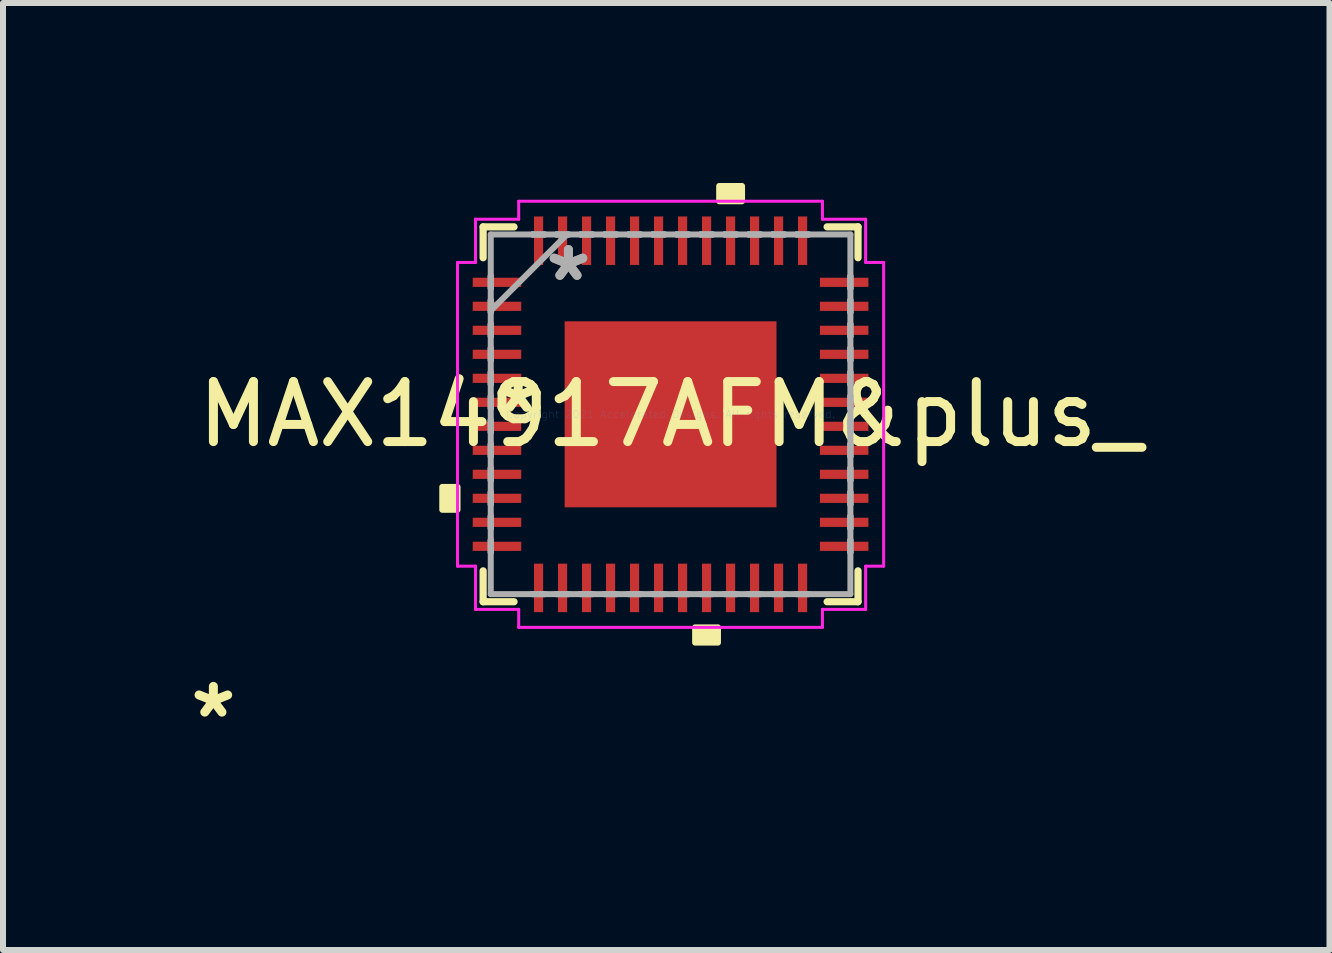
<source format=kicad_pcb>
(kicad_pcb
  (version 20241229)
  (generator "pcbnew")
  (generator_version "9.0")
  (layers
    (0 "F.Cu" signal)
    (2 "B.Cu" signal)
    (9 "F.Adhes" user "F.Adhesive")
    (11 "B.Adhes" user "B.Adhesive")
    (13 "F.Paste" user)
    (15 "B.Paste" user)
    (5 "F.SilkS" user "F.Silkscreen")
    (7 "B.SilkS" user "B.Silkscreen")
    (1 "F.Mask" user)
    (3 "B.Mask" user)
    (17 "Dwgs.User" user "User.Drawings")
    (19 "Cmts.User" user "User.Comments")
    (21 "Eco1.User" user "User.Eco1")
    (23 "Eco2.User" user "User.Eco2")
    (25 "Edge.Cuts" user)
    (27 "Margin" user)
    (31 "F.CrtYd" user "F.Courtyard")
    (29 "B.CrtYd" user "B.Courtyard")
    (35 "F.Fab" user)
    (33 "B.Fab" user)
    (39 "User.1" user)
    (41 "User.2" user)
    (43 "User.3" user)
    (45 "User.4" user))
  (footprint "MAX14917AFM&plus_"
    (layer "F.Cu")
    (at 8.126 3.855)
    (property "Reference" "MAX14917AFM&plus_" (at 0 0 0) (layer "F.SilkS") (effects (font (size 1 1) (thickness 0.15))))
    (attr through_hole)
    (fp_line (start -3.124 -3.124) (end -3.124 -2.609) (stroke (width 0.12) (type solid)) (layer "F.SilkS"))
    (fp_line (start -3.124 2.609) (end -3.124 3.124) (stroke (width 0.12) (type solid)) (layer "F.SilkS"))
    (fp_line (start -3.124 3.124) (end -2.609 3.124) (stroke (width 0.12) (type solid)) (layer "F.SilkS"))
    (fp_line (start -2.609 -3.124) (end -3.124 -3.124) (stroke (width 0.12) (type solid)) (layer "F.SilkS"))
    (fp_line (start 2.609 3.124) (end 3.124 3.124) (stroke (width 0.12) (type solid)) (layer "F.SilkS"))
    (fp_line (start 3.124 -3.124) (end 2.609 -3.124) (stroke (width 0.12) (type solid)) (layer "F.SilkS"))
    (fp_line (start 3.124 -2.609) (end 3.124 -3.124) (stroke (width 0.12) (type solid)) (layer "F.SilkS"))
    (fp_line (start 3.124 3.124) (end 3.124 2.609) (stroke (width 0.12) (type solid)) (layer "F.SilkS"))
    (fp_poly (pts (xy -3.805 1.21) (xy -3.805 1.591) (xy -3.551 1.591) (xy -3.551 1.21)) (stroke (width 0.1) (type solid)) (fill yes) (layer "F.SilkS"))
    (fp_poly (pts (xy 0.409 3.551) (xy 0.409 3.805) (xy 0.79 3.805) (xy 0.79 3.551)) (stroke (width 0.1) (type solid)) (fill yes) (layer "F.SilkS"))
    (fp_poly (pts (xy 0.81 -3.551) (xy 0.81 -3.805) (xy 1.191 -3.805) (xy 1.191 -3.551)) (stroke (width 0.1) (type solid)) (fill yes) (layer "F.SilkS"))
    (fp_line (start -3.551 -2.531) (end -3.251 -2.531) (stroke (width 0.05) (type solid)) (layer "F.CrtYd"))
    (fp_line (start -3.551 2.531) (end -3.551 -2.531) (stroke (width 0.05) (type solid)) (layer "F.CrtYd"))
    (fp_line (start -3.251 -3.251) (end -2.531 -3.251) (stroke (width 0.05) (type solid)) (layer "F.CrtYd"))
    (fp_line (start -3.251 -2.531) (end -3.251 -3.251) (stroke (width 0.05) (type solid)) (layer "F.CrtYd"))
    (fp_line (start -3.251 2.531) (end -3.551 2.531) (stroke (width 0.05) (type solid)) (layer "F.CrtYd"))
    (fp_line (start -3.251 3.251) (end -3.251 2.531) (stroke (width 0.05) (type solid)) (layer "F.CrtYd"))
    (fp_line (start -2.531 -3.551) (end 2.531 -3.551) (stroke (width 0.05) (type solid)) (layer "F.CrtYd"))
    (fp_line (start -2.531 -3.251) (end -2.531 -3.551) (stroke (width 0.05) (type solid)) (layer "F.CrtYd"))
    (fp_line (start -2.531 3.251) (end -3.251 3.251) (stroke (width 0.05) (type solid)) (layer "F.CrtYd"))
    (fp_line (start -2.531 3.551) (end -2.531 3.251) (stroke (width 0.05) (type solid)) (layer "F.CrtYd"))
    (fp_line (start 2.531 -3.551) (end 2.531 -3.251) (stroke (width 0.05) (type solid)) (layer "F.CrtYd"))
    (fp_line (start 2.531 -3.251) (end 3.251 -3.251) (stroke (width 0.05) (type solid)) (layer "F.CrtYd"))
    (fp_line (start 2.531 3.251) (end 2.531 3.551) (stroke (width 0.05) (type solid)) (layer "F.CrtYd"))
    (fp_line (start 2.531 3.551) (end -2.531 3.551) (stroke (width 0.05) (type solid)) (layer "F.CrtYd"))
    (fp_line (start 3.251 -3.251) (end 3.251 -2.531) (stroke (width 0.05) (type solid)) (layer "F.CrtYd"))
    (fp_line (start 3.251 -2.531) (end 3.551 -2.531) (stroke (width 0.05) (type solid)) (layer "F.CrtYd"))
    (fp_line (start 3.251 2.531) (end 3.251 3.251) (stroke (width 0.05) (type solid)) (layer "F.CrtYd"))
    (fp_line (start 3.251 3.251) (end 2.531 3.251) (stroke (width 0.05) (type solid)) (layer "F.CrtYd"))
    (fp_line (start 3.551 -2.531) (end 3.551 2.531) (stroke (width 0.05) (type solid)) (layer "F.CrtYd"))
    (fp_line (start 3.551 2.531) (end 3.251 2.531) (stroke (width 0.05) (type solid)) (layer "F.CrtYd"))
    (fp_line (start -2.997 -2.997) (end -2.997 2.997) (stroke (width 0.1) (type solid)) (layer "F.Fab"))
    (fp_line (start -2.997 -2.302) (end -2.997 -2.302) (stroke (width 0.1) (type solid)) (layer "F.Fab"))
    (fp_line (start -2.997 -2.302) (end -2.997 -2.098) (stroke (width 0.1) (type solid)) (layer "F.Fab"))
    (fp_line (start -2.997 -2.098) (end -2.997 -2.302) (stroke (width 0.1) (type solid)) (layer "F.Fab"))
    (fp_line (start -2.997 -2.098) (end -2.997 -2.098) (stroke (width 0.1) (type solid)) (layer "F.Fab"))
    (fp_line (start -2.997 -1.902) (end -2.997 -1.902) (stroke (width 0.1) (type solid)) (layer "F.Fab"))
    (fp_line (start -2.997 -1.902) (end -2.997 -1.698) (stroke (width 0.1) (type solid)) (layer "F.Fab"))
    (fp_line (start -2.997 -1.727) (end -1.727 -2.997) (stroke (width 0.1) (type solid)) (layer "F.Fab"))
    (fp_line (start -2.997 -1.698) (end -2.997 -1.902) (stroke (width 0.1) (type solid)) (layer "F.Fab"))
    (fp_line (start -2.997 -1.698) (end -2.997 -1.698) (stroke (width 0.1) (type solid)) (layer "F.Fab"))
    (fp_line (start -2.997 -1.502) (end -2.997 -1.502) (stroke (width 0.1) (type solid)) (layer "F.Fab"))
    (fp_line (start -2.997 -1.502) (end -2.997 -1.298) (stroke (width 0.1) (type solid)) (layer "F.Fab"))
    (fp_line (start -2.997 -1.298) (end -2.997 -1.502) (stroke (width 0.1) (type solid)) (layer "F.Fab"))
    (fp_line (start -2.997 -1.298) (end -2.997 -1.298) (stroke (width 0.1) (type solid)) (layer "F.Fab"))
    (fp_line (start -2.997 -1.102) (end -2.997 -1.102) (stroke (width 0.1) (type solid)) (layer "F.Fab"))
    (fp_line (start -2.997 -1.102) (end -2.997 -0.898) (stroke (width 0.1) (type solid)) (layer "F.Fab"))
    (fp_line (start -2.997 -0.898) (end -2.997 -1.102) (stroke (width 0.1) (type solid)) (layer "F.Fab"))
    (fp_line (start -2.997 -0.898) (end -2.997 -0.898) (stroke (width 0.1) (type solid)) (layer "F.Fab"))
    (fp_line (start -2.997 -0.702) (end -2.997 -0.702) (stroke (width 0.1) (type solid)) (layer "F.Fab"))
    (fp_line (start -2.997 -0.702) (end -2.997 -0.498) (stroke (width 0.1) (type solid)) (layer "F.Fab"))
    (fp_line (start -2.997 -0.498) (end -2.997 -0.702) (stroke (width 0.1) (type solid)) (layer "F.Fab"))
    (fp_line (start -2.997 -0.498) (end -2.997 -0.498) (stroke (width 0.1) (type solid)) (layer "F.Fab"))
    (fp_line (start -2.997 -0.302) (end -2.997 -0.302) (stroke (width 0.1) (type solid)) (layer "F.Fab"))
    (fp_line (start -2.997 -0.302) (end -2.997 -0.098) (stroke (width 0.1) (type solid)) (layer "F.Fab"))
    (fp_line (start -2.997 -0.098) (end -2.997 -0.302) (stroke (width 0.1) (type solid)) (layer "F.Fab"))
    (fp_line (start -2.997 -0.098) (end -2.997 -0.098) (stroke (width 0.1) (type solid)) (layer "F.Fab"))
    (fp_line (start -2.997 0.098) (end -2.997 0.098) (stroke (width 0.1) (type solid)) (layer "F.Fab"))
    (fp_line (start -2.997 0.098) (end -2.997 0.302) (stroke (width 0.1) (type solid)) (layer "F.Fab"))
    (fp_line (start -2.997 0.302) (end -2.997 0.098) (stroke (width 0.1) (type solid)) (layer "F.Fab"))
    (fp_line (start -2.997 0.302) (end -2.997 0.302) (stroke (width 0.1) (type solid)) (layer "F.Fab"))
    (fp_line (start -2.997 0.498) (end -2.997 0.498) (stroke (width 0.1) (type solid)) (layer "F.Fab"))
    (fp_line (start -2.997 0.498) (end -2.997 0.702) (stroke (width 0.1) (type solid)) (layer "F.Fab"))
    (fp_line (start -2.997 0.702) (end -2.997 0.498) (stroke (width 0.1) (type solid)) (layer "F.Fab"))
    (fp_line (start -2.997 0.702) (end -2.997 0.702) (stroke (width 0.1) (type solid)) (layer "F.Fab"))
    (fp_line (start -2.997 0.898) (end -2.997 0.898) (stroke (width 0.1) (type solid)) (layer "F.Fab"))
    (fp_line (start -2.997 0.898) (end -2.997 1.102) (stroke (width 0.1) (type solid)) (layer "F.Fab"))
    (fp_line (start -2.997 1.102) (end -2.997 0.898) (stroke (width 0.1) (type solid)) (layer "F.Fab"))
    (fp_line (start -2.997 1.102) (end -2.997 1.102) (stroke (width 0.1) (type solid)) (layer "F.Fab"))
    (fp_line (start -2.997 1.298) (end -2.997 1.298) (stroke (width 0.1) (type solid)) (layer "F.Fab"))
    (fp_line (start -2.997 1.298) (end -2.997 1.502) (stroke (width 0.1) (type solid)) (layer "F.Fab"))
    (fp_line (start -2.997 1.502) (end -2.997 1.298) (stroke (width 0.1) (type solid)) (layer "F.Fab"))
    (fp_line (start -2.997 1.502) (end -2.997 1.502) (stroke (width 0.1) (type solid)) (layer "F.Fab"))
    (fp_line (start -2.997 1.698) (end -2.997 1.698) (stroke (width 0.1) (type solid)) (layer "F.Fab"))
    (fp_line (start -2.997 1.698) (end -2.997 1.902) (stroke (width 0.1) (type solid)) (layer "F.Fab"))
    (fp_line (start -2.997 1.902) (end -2.997 1.698) (stroke (width 0.1) (type solid)) (layer "F.Fab"))
    (fp_line (start -2.997 1.902) (end -2.997 1.902) (stroke (width 0.1) (type solid)) (layer "F.Fab"))
    (fp_line (start -2.997 2.098) (end -2.997 2.098) (stroke (width 0.1) (type solid)) (layer "F.Fab"))
    (fp_line (start -2.997 2.098) (end -2.997 2.302) (stroke (width 0.1) (type solid)) (layer "F.Fab"))
    (fp_line (start -2.997 2.302) (end -2.997 2.098) (stroke (width 0.1) (type solid)) (layer "F.Fab"))
    (fp_line (start -2.997 2.302) (end -2.997 2.302) (stroke (width 0.1) (type solid)) (layer "F.Fab"))
    (fp_line (start -2.997 2.997) (end 2.997 2.997) (stroke (width 0.1) (type solid)) (layer "F.Fab"))
    (fp_line (start -2.302 -2.997) (end -2.302 -2.997) (stroke (width 0.1) (type solid)) (layer "F.Fab"))
    (fp_line (start -2.302 -2.997) (end -2.098 -2.997) (stroke (width 0.1) (type solid)) (layer "F.Fab"))
    (fp_line (start -2.302 2.997) (end -2.302 2.997) (stroke (width 0.1) (type solid)) (layer "F.Fab"))
    (fp_line (start -2.302 2.997) (end -2.098 2.997) (stroke (width 0.1) (type solid)) (layer "F.Fab"))
    (fp_line (start -2.098 -2.997) (end -2.302 -2.997) (stroke (width 0.1) (type solid)) (layer "F.Fab"))
    (fp_line (start -2.098 -2.997) (end -2.098 -2.997) (stroke (width 0.1) (type solid)) (layer "F.Fab"))
    (fp_line (start -2.098 2.997) (end -2.302 2.997) (stroke (width 0.1) (type solid)) (layer "F.Fab"))
    (fp_line (start -2.098 2.997) (end -2.098 2.997) (stroke (width 0.1) (type solid)) (layer "F.Fab"))
    (fp_line (start -1.902 -2.997) (end -1.902 -2.997) (stroke (width 0.1) (type solid)) (layer "F.Fab"))
    (fp_line (start -1.902 -2.997) (end -1.698 -2.997) (stroke (width 0.1) (type solid)) (layer "F.Fab"))
    (fp_line (start -1.902 2.997) (end -1.902 2.997) (stroke (width 0.1) (type solid)) (layer "F.Fab"))
    (fp_line (start -1.902 2.997) (end -1.698 2.997) (stroke (width 0.1) (type solid)) (layer "F.Fab"))
    (fp_line (start -1.698 -2.997) (end -1.902 -2.997) (stroke (width 0.1) (type solid)) (layer "F.Fab"))
    (fp_line (start -1.698 -2.997) (end -1.698 -2.997) (stroke (width 0.1) (type solid)) (layer "F.Fab"))
    (fp_line (start -1.698 2.997) (end -1.902 2.997) (stroke (width 0.1) (type solid)) (layer "F.Fab"))
    (fp_line (start -1.698 2.997) (end -1.698 2.997) (stroke (width 0.1) (type solid)) (layer "F.Fab"))
    (fp_line (start -1.502 -2.997) (end -1.502 -2.997) (stroke (width 0.1) (type solid)) (layer "F.Fab"))
    (fp_line (start -1.502 -2.997) (end -1.298 -2.997) (stroke (width 0.1) (type solid)) (layer "F.Fab"))
    (fp_line (start -1.502 2.997) (end -1.502 2.997) (stroke (width 0.1) (type solid)) (layer "F.Fab"))
    (fp_line (start -1.502 2.997) (end -1.298 2.997) (stroke (width 0.1) (type solid)) (layer "F.Fab"))
    (fp_line (start -1.298 -2.997) (end -1.502 -2.997) (stroke (width 0.1) (type solid)) (layer "F.Fab"))
    (fp_line (start -1.298 -2.997) (end -1.298 -2.997) (stroke (width 0.1) (type solid)) (layer "F.Fab"))
    (fp_line (start -1.298 2.997) (end -1.502 2.997) (stroke (width 0.1) (type solid)) (layer "F.Fab"))
    (fp_line (start -1.298 2.997) (end -1.298 2.997) (stroke (width 0.1) (type solid)) (layer "F.Fab"))
    (fp_line (start -1.102 -2.997) (end -1.102 -2.997) (stroke (width 0.1) (type solid)) (layer "F.Fab"))
    (fp_line (start -1.102 -2.997) (end -0.898 -2.997) (stroke (width 0.1) (type solid)) (layer "F.Fab"))
    (fp_line (start -1.102 2.997) (end -1.102 2.997) (stroke (width 0.1) (type solid)) (layer "F.Fab"))
    (fp_line (start -1.102 2.997) (end -0.898 2.997) (stroke (width 0.1) (type solid)) (layer "F.Fab"))
    (fp_line (start -0.898 -2.997) (end -1.102 -2.997) (stroke (width 0.1) (type solid)) (layer "F.Fab"))
    (fp_line (start -0.898 -2.997) (end -0.898 -2.997) (stroke (width 0.1) (type solid)) (layer "F.Fab"))
    (fp_line (start -0.898 2.997) (end -1.102 2.997) (stroke (width 0.1) (type solid)) (layer "F.Fab"))
    (fp_line (start -0.898 2.997) (end -0.898 2.997) (stroke (width 0.1) (type solid)) (layer "F.Fab"))
    (fp_line (start -0.702 -2.997) (end -0.702 -2.997) (stroke (width 0.1) (type solid)) (layer "F.Fab"))
    (fp_line (start -0.702 -2.997) (end -0.498 -2.997) (stroke (width 0.1) (type solid)) (layer "F.Fab"))
    (fp_line (start -0.702 2.997) (end -0.702 2.997) (stroke (width 0.1) (type solid)) (layer "F.Fab"))
    (fp_line (start -0.702 2.997) (end -0.498 2.997) (stroke (width 0.1) (type solid)) (layer "F.Fab"))
    (fp_line (start -0.498 -2.997) (end -0.702 -2.997) (stroke (width 0.1) (type solid)) (layer "F.Fab"))
    (fp_line (start -0.498 -2.997) (end -0.498 -2.997) (stroke (width 0.1) (type solid)) (layer "F.Fab"))
    (fp_line (start -0.498 2.997) (end -0.702 2.997) (stroke (width 0.1) (type solid)) (layer "F.Fab"))
    (fp_line (start -0.498 2.997) (end -0.498 2.997) (stroke (width 0.1) (type solid)) (layer "F.Fab"))
    (fp_line (start -0.302 -2.997) (end -0.302 -2.997) (stroke (width 0.1) (type solid)) (layer "F.Fab"))
    (fp_line (start -0.302 -2.997) (end -0.098 -2.997) (stroke (width 0.1) (type solid)) (layer "F.Fab"))
    (fp_line (start -0.302 2.997) (end -0.302 2.997) (stroke (width 0.1) (type solid)) (layer "F.Fab"))
    (fp_line (start -0.302 2.997) (end -0.098 2.997) (stroke (width 0.1) (type solid)) (layer "F.Fab"))
    (fp_line (start -0.098 -2.997) (end -0.302 -2.997) (stroke (width 0.1) (type solid)) (layer "F.Fab"))
    (fp_line (start -0.098 -2.997) (end -0.098 -2.997) (stroke (width 0.1) (type solid)) (layer "F.Fab"))
    (fp_line (start -0.098 2.997) (end -0.302 2.997) (stroke (width 0.1) (type solid)) (layer "F.Fab"))
    (fp_line (start -0.098 2.997) (end -0.098 2.997) (stroke (width 0.1) (type solid)) (layer "F.Fab"))
    (fp_line (start 0.098 -2.997) (end 0.098 -2.997) (stroke (width 0.1) (type solid)) (layer "F.Fab"))
    (fp_line (start 0.098 -2.997) (end 0.302 -2.997) (stroke (width 0.1) (type solid)) (layer "F.Fab"))
    (fp_line (start 0.098 2.997) (end 0.098 2.997) (stroke (width 0.1) (type solid)) (layer "F.Fab"))
    (fp_line (start 0.098 2.997) (end 0.302 2.997) (stroke (width 0.1) (type solid)) (layer "F.Fab"))
    (fp_line (start 0.302 -2.997) (end 0.098 -2.997) (stroke (width 0.1) (type solid)) (layer "F.Fab"))
    (fp_line (start 0.302 -2.997) (end 0.302 -2.997) (stroke (width 0.1) (type solid)) (layer "F.Fab"))
    (fp_line (start 0.302 2.997) (end 0.098 2.997) (stroke (width 0.1) (type solid)) (layer "F.Fab"))
    (fp_line (start 0.302 2.997) (end 0.302 2.997) (stroke (width 0.1) (type solid)) (layer "F.Fab"))
    (fp_line (start 0.498 -2.997) (end 0.498 -2.997) (stroke (width 0.1) (type solid)) (layer "F.Fab"))
    (fp_line (start 0.498 -2.997) (end 0.702 -2.997) (stroke (width 0.1) (type solid)) (layer "F.Fab"))
    (fp_line (start 0.498 2.997) (end 0.498 2.997) (stroke (width 0.1) (type solid)) (layer "F.Fab"))
    (fp_line (start 0.498 2.997) (end 0.702 2.997) (stroke (width 0.1) (type solid)) (layer "F.Fab"))
    (fp_line (start 0.702 -2.997) (end 0.498 -2.997) (stroke (width 0.1) (type solid)) (layer "F.Fab"))
    (fp_line (start 0.702 -2.997) (end 0.702 -2.997) (stroke (width 0.1) (type solid)) (layer "F.Fab"))
    (fp_line (start 0.702 2.997) (end 0.498 2.997) (stroke (width 0.1) (type solid)) (layer "F.Fab"))
    (fp_line (start 0.702 2.997) (end 0.702 2.997) (stroke (width 0.1) (type solid)) (layer "F.Fab"))
    (fp_line (start 0.898 -2.997) (end 0.898 -2.997) (stroke (width 0.1) (type solid)) (layer "F.Fab"))
    (fp_line (start 0.898 -2.997) (end 1.102 -2.997) (stroke (width 0.1) (type solid)) (layer "F.Fab"))
    (fp_line (start 0.898 2.997) (end 0.898 2.997) (stroke (width 0.1) (type solid)) (layer "F.Fab"))
    (fp_line (start 0.898 2.997) (end 1.102 2.997) (stroke (width 0.1) (type solid)) (layer "F.Fab"))
    (fp_line (start 1.102 -2.997) (end 0.898 -2.997) (stroke (width 0.1) (type solid)) (layer "F.Fab"))
    (fp_line (start 1.102 -2.997) (end 1.102 -2.997) (stroke (width 0.1) (type solid)) (layer "F.Fab"))
    (fp_line (start 1.102 2.997) (end 0.898 2.997) (stroke (width 0.1) (type solid)) (layer "F.Fab"))
    (fp_line (start 1.102 2.997) (end 1.102 2.997) (stroke (width 0.1) (type solid)) (layer "F.Fab"))
    (fp_line (start 1.298 -2.997) (end 1.298 -2.997) (stroke (width 0.1) (type solid)) (layer "F.Fab"))
    (fp_line (start 1.298 -2.997) (end 1.502 -2.997) (stroke (width 0.1) (type solid)) (layer "F.Fab"))
    (fp_line (start 1.298 2.997) (end 1.298 2.997) (stroke (width 0.1) (type solid)) (layer "F.Fab"))
    (fp_line (start 1.298 2.997) (end 1.502 2.997) (stroke (width 0.1) (type solid)) (layer "F.Fab"))
    (fp_line (start 1.502 -2.997) (end 1.298 -2.997) (stroke (width 0.1) (type solid)) (layer "F.Fab"))
    (fp_line (start 1.502 -2.997) (end 1.502 -2.997) (stroke (width 0.1) (type solid)) (layer "F.Fab"))
    (fp_line (start 1.502 2.997) (end 1.298 2.997) (stroke (width 0.1) (type solid)) (layer "F.Fab"))
    (fp_line (start 1.502 2.997) (end 1.502 2.997) (stroke (width 0.1) (type solid)) (layer "F.Fab"))
    (fp_line (start 1.698 -2.997) (end 1.698 -2.997) (stroke (width 0.1) (type solid)) (layer "F.Fab"))
    (fp_line (start 1.698 -2.997) (end 1.902 -2.997) (stroke (width 0.1) (type solid)) (layer "F.Fab"))
    (fp_line (start 1.698 2.997) (end 1.698 2.997) (stroke (width 0.1) (type solid)) (layer "F.Fab"))
    (fp_line (start 1.698 2.997) (end 1.902 2.997) (stroke (width 0.1) (type solid)) (layer "F.Fab"))
    (fp_line (start 1.902 -2.997) (end 1.698 -2.997) (stroke (width 0.1) (type solid)) (layer "F.Fab"))
    (fp_line (start 1.902 -2.997) (end 1.902 -2.997) (stroke (width 0.1) (type solid)) (layer "F.Fab"))
    (fp_line (start 1.902 2.997) (end 1.698 2.997) (stroke (width 0.1) (type solid)) (layer "F.Fab"))
    (fp_line (start 1.902 2.997) (end 1.902 2.997) (stroke (width 0.1) (type solid)) (layer "F.Fab"))
    (fp_line (start 2.098 -2.997) (end 2.098 -2.997) (stroke (width 0.1) (type solid)) (layer "F.Fab"))
    (fp_line (start 2.098 -2.997) (end 2.302 -2.997) (stroke (width 0.1) (type solid)) (layer "F.Fab"))
    (fp_line (start 2.098 2.997) (end 2.098 2.997) (stroke (width 0.1) (type solid)) (layer "F.Fab"))
    (fp_line (start 2.098 2.997) (end 2.302 2.997) (stroke (width 0.1) (type solid)) (layer "F.Fab"))
    (fp_line (start 2.302 -2.997) (end 2.098 -2.997) (stroke (width 0.1) (type solid)) (layer "F.Fab"))
    (fp_line (start 2.302 -2.997) (end 2.302 -2.997) (stroke (width 0.1) (type solid)) (layer "F.Fab"))
    (fp_line (start 2.302 2.997) (end 2.098 2.997) (stroke (width 0.1) (type solid)) (layer "F.Fab"))
    (fp_line (start 2.302 2.997) (end 2.302 2.997) (stroke (width 0.1) (type solid)) (layer "F.Fab"))
    (fp_line (start 2.997 -2.997) (end -2.997 -2.997) (stroke (width 0.1) (type solid)) (layer "F.Fab"))
    (fp_line (start 2.997 -2.302) (end 2.997 -2.302) (stroke (width 0.1) (type solid)) (layer "F.Fab"))
    (fp_line (start 2.997 -2.302) (end 2.997 -2.098) (stroke (width 0.1) (type solid)) (layer "F.Fab"))
    (fp_line (start 2.997 -2.098) (end 2.997 -2.302) (stroke (width 0.1) (type solid)) (layer "F.Fab"))
    (fp_line (start 2.997 -2.098) (end 2.997 -2.098) (stroke (width 0.1) (type solid)) (layer "F.Fab"))
    (fp_line (start 2.997 -1.902) (end 2.997 -1.902) (stroke (width 0.1) (type solid)) (layer "F.Fab"))
    (fp_line (start 2.997 -1.902) (end 2.997 -1.698) (stroke (width 0.1) (type solid)) (layer "F.Fab"))
    (fp_line (start 2.997 -1.698) (end 2.997 -1.902) (stroke (width 0.1) (type solid)) (layer "F.Fab"))
    (fp_line (start 2.997 -1.698) (end 2.997 -1.698) (stroke (width 0.1) (type solid)) (layer "F.Fab"))
    (fp_line (start 2.997 -1.502) (end 2.997 -1.502) (stroke (width 0.1) (type solid)) (layer "F.Fab"))
    (fp_line (start 2.997 -1.502) (end 2.997 -1.298) (stroke (width 0.1) (type solid)) (layer "F.Fab"))
    (fp_line (start 2.997 -1.298) (end 2.997 -1.502) (stroke (width 0.1) (type solid)) (layer "F.Fab"))
    (fp_line (start 2.997 -1.298) (end 2.997 -1.298) (stroke (width 0.1) (type solid)) (layer "F.Fab"))
    (fp_line (start 2.997 -1.102) (end 2.997 -1.102) (stroke (width 0.1) (type solid)) (layer "F.Fab"))
    (fp_line (start 2.997 -1.102) (end 2.997 -0.898) (stroke (width 0.1) (type solid)) (layer "F.Fab"))
    (fp_line (start 2.997 -0.898) (end 2.997 -1.102) (stroke (width 0.1) (type solid)) (layer "F.Fab"))
    (fp_line (start 2.997 -0.898) (end 2.997 -0.898) (stroke (width 0.1) (type solid)) (layer "F.Fab"))
    (fp_line (start 2.997 -0.702) (end 2.997 -0.702) (stroke (width 0.1) (type solid)) (layer "F.Fab"))
    (fp_line (start 2.997 -0.702) (end 2.997 -0.498) (stroke (width 0.1) (type solid)) (layer "F.Fab"))
    (fp_line (start 2.997 -0.498) (end 2.997 -0.702) (stroke (width 0.1) (type solid)) (layer "F.Fab"))
    (fp_line (start 2.997 -0.498) (end 2.997 -0.498) (stroke (width 0.1) (type solid)) (layer "F.Fab"))
    (fp_line (start 2.997 -0.302) (end 2.997 -0.302) (stroke (width 0.1) (type solid)) (layer "F.Fab"))
    (fp_line (start 2.997 -0.302) (end 2.997 -0.098) (stroke (width 0.1) (type solid)) (layer "F.Fab"))
    (fp_line (start 2.997 -0.098) (end 2.997 -0.302) (stroke (width 0.1) (type solid)) (layer "F.Fab"))
    (fp_line (start 2.997 -0.098) (end 2.997 -0.098) (stroke (width 0.1) (type solid)) (layer "F.Fab"))
    (fp_line (start 2.997 0.098) (end 2.997 0.098) (stroke (width 0.1) (type solid)) (layer "F.Fab"))
    (fp_line (start 2.997 0.098) (end 2.997 0.302) (stroke (width 0.1) (type solid)) (layer "F.Fab"))
    (fp_line (start 2.997 0.302) (end 2.997 0.098) (stroke (width 0.1) (type solid)) (layer "F.Fab"))
    (fp_line (start 2.997 0.302) (end 2.997 0.302) (stroke (width 0.1) (type solid)) (layer "F.Fab"))
    (fp_line (start 2.997 0.498) (end 2.997 0.498) (stroke (width 0.1) (type solid)) (layer "F.Fab"))
    (fp_line (start 2.997 0.498) (end 2.997 0.702) (stroke (width 0.1) (type solid)) (layer "F.Fab"))
    (fp_line (start 2.997 0.702) (end 2.997 0.498) (stroke (width 0.1) (type solid)) (layer "F.Fab"))
    (fp_line (start 2.997 0.702) (end 2.997 0.702) (stroke (width 0.1) (type solid)) (layer "F.Fab"))
    (fp_line (start 2.997 0.898) (end 2.997 0.898) (stroke (width 0.1) (type solid)) (layer "F.Fab"))
    (fp_line (start 2.997 0.898) (end 2.997 1.102) (stroke (width 0.1) (type solid)) (layer "F.Fab"))
    (fp_line (start 2.997 1.102) (end 2.997 0.898) (stroke (width 0.1) (type solid)) (layer "F.Fab"))
    (fp_line (start 2.997 1.102) (end 2.997 1.102) (stroke (width 0.1) (type solid)) (layer "F.Fab"))
    (fp_line (start 2.997 1.298) (end 2.997 1.298) (stroke (width 0.1) (type solid)) (layer "F.Fab"))
    (fp_line (start 2.997 1.298) (end 2.997 1.502) (stroke (width 0.1) (type solid)) (layer "F.Fab"))
    (fp_line (start 2.997 1.502) (end 2.997 1.298) (stroke (width 0.1) (type solid)) (layer "F.Fab"))
    (fp_line (start 2.997 1.502) (end 2.997 1.502) (stroke (width 0.1) (type solid)) (layer "F.Fab"))
    (fp_line (start 2.997 1.698) (end 2.997 1.698) (stroke (width 0.1) (type solid)) (layer "F.Fab"))
    (fp_line (start 2.997 1.698) (end 2.997 1.902) (stroke (width 0.1) (type solid)) (layer "F.Fab"))
    (fp_line (start 2.997 1.902) (end 2.997 1.698) (stroke (width 0.1) (type solid)) (layer "F.Fab"))
    (fp_line (start 2.997 1.902) (end 2.997 1.902) (stroke (width 0.1) (type solid)) (layer "F.Fab"))
    (fp_line (start 2.997 2.098) (end 2.997 2.098) (stroke (width 0.1) (type solid)) (layer "F.Fab"))
    (fp_line (start 2.997 2.098) (end 2.997 2.302) (stroke (width 0.1) (type solid)) (layer "F.Fab"))
    (fp_line (start 2.997 2.302) (end 2.997 2.098) (stroke (width 0.1) (type solid)) (layer "F.Fab"))
    (fp_line (start 2.997 2.302) (end 2.997 2.302) (stroke (width 0.1) (type solid)) (layer "F.Fab"))
    (fp_line (start 2.997 2.997) (end 2.997 -2.997) (stroke (width 0.1) (type solid)) (layer "F.Fab"))
    (fp_text user "*" (at -7.62 5.08 0) (layer "F.SilkS") (effects (font (size 1 1) (thickness 0.15))))
    (fp_text user "*" (at -2.54 0 0) (layer "F.SilkS") (effects (font (size 1 1) (thickness 0.15))))
    (fp_text user "Copyright 2021 Accelerated Designs. All rights reserved." (at 0 0 0) (layer "Cmts.User") (effects (font (size 0.127 0.127) (thickness 0.002))))
    (fp_text user "*" (at -1.702 -2.2 0) (layer "F.Fab") (effects (font (size 1 1) (thickness 0.15))))
    (fp_text user "*" (at -1.702 -2.2 0) (layer "F.Fab") (effects (font (size 1 1) (thickness 0.15))))
    (pad "1" smd rect (at -2.893 -2.2 90) (size 0.153 0.808) (layers "F.Cu" "F.Mask" "F.Paste"))
    (pad "2" smd rect (at -2.893 -1.8 90) (size 0.153 0.808) (layers "F.Cu" "F.Mask" "F.Paste"))
    (pad "3" smd rect (at -2.893 -1.4 90) (size 0.153 0.808) (layers "F.Cu" "F.Mask" "F.Paste"))
    (pad "4" smd rect (at -2.893 -1 90) (size 0.153 0.808) (layers "F.Cu" "F.Mask" "F.Paste"))
    (pad "5" smd rect (at -2.893 -0.6 90) (size 0.153 0.808) (layers "F.Cu" "F.Mask" "F.Paste"))
    (pad "6" smd rect (at -2.893 -0.2 90) (size 0.153 0.808) (layers "F.Cu" "F.Mask" "F.Paste"))
    (pad "7" smd rect (at -2.893 0.2 90) (size 0.153 0.808) (layers "F.Cu" "F.Mask" "F.Paste"))
    (pad "8" smd rect (at -2.893 0.6 90) (size 0.153 0.808) (layers "F.Cu" "F.Mask" "F.Paste"))
    (pad "9" smd rect (at -2.893 1 90) (size 0.153 0.808) (layers "F.Cu" "F.Mask" "F.Paste"))
    (pad "10" smd rect (at -2.893 1.4 90) (size 0.153 0.808) (layers "F.Cu" "F.Mask" "F.Paste"))
    (pad "11" smd rect (at -2.893 1.8 90) (size 0.153 0.808) (layers "F.Cu" "F.Mask" "F.Paste"))
    (pad "12" smd rect (at -2.893 2.2 90) (size 0.153 0.808) (layers "F.Cu" "F.Mask" "F.Paste"))
    (pad "13" smd rect (at -2.2 2.893) (size 0.153 0.808) (layers "F.Cu" "F.Mask" "F.Paste"))
    (pad "14" smd rect (at -1.8 2.893) (size 0.153 0.808) (layers "F.Cu" "F.Mask" "F.Paste"))
    (pad "15" smd rect (at -1.4 2.893) (size 0.153 0.808) (layers "F.Cu" "F.Mask" "F.Paste"))
    (pad "16" smd rect (at -1 2.893) (size 0.153 0.808) (layers "F.Cu" "F.Mask" "F.Paste"))
    (pad "17" smd rect (at -0.6 2.893) (size 0.153 0.808) (layers "F.Cu" "F.Mask" "F.Paste"))
    (pad "18" smd rect (at -0.2 2.893) (size 0.153 0.808) (layers "F.Cu" "F.Mask" "F.Paste"))
    (pad "19" smd rect (at 0.2 2.893) (size 0.153 0.808) (layers "F.Cu" "F.Mask" "F.Paste"))
    (pad "20" smd rect (at 0.6 2.893) (size 0.153 0.808) (layers "F.Cu" "F.Mask" "F.Paste"))
    (pad "21" smd rect (at 1 2.893) (size 0.153 0.808) (layers "F.Cu" "F.Mask" "F.Paste"))
    (pad "22" smd rect (at 1.4 2.893) (size 0.153 0.808) (layers "F.Cu" "F.Mask" "F.Paste"))
    (pad "23" smd rect (at 1.8 2.893) (size 0.153 0.808) (layers "F.Cu" "F.Mask" "F.Paste"))
    (pad "24" smd rect (at 2.2 2.893) (size 0.153 0.808) (layers "F.Cu" "F.Mask" "F.Paste"))
    (pad "25" smd rect (at 2.893 2.2 90) (size 0.153 0.808) (layers "F.Cu" "F.Mask" "F.Paste"))
    (pad "26" smd rect (at 2.893 1.8 90) (size 0.153 0.808) (layers "F.Cu" "F.Mask" "F.Paste"))
    (pad "27" smd rect (at 2.893 1.4 90) (size 0.153 0.808) (layers "F.Cu" "F.Mask" "F.Paste"))
    (pad "28" smd rect (at 2.893 1 90) (size 0.153 0.808) (layers "F.Cu" "F.Mask" "F.Paste"))
    (pad "29" smd rect (at 2.893 0.6 90) (size 0.153 0.808) (layers "F.Cu" "F.Mask" "F.Paste"))
    (pad "30" smd rect (at 2.893 0.2 90) (size 0.153 0.808) (layers "F.Cu" "F.Mask" "F.Paste"))
    (pad "31" smd rect (at 2.893 -0.2 90) (size 0.153 0.808) (layers "F.Cu" "F.Mask" "F.Paste"))
    (pad "32" smd rect (at 2.893 -0.6 90) (size 0.153 0.808) (layers "F.Cu" "F.Mask" "F.Paste"))
    (pad "33" smd rect (at 2.893 -1 90) (size 0.153 0.808) (layers "F.Cu" "F.Mask" "F.Paste"))
    (pad "34" smd rect (at 2.893 -1.4 90) (size 0.153 0.808) (layers "F.Cu" "F.Mask" "F.Paste"))
    (pad "35" smd rect (at 2.893 -1.8 90) (size 0.153 0.808) (layers "F.Cu" "F.Mask" "F.Paste"))
    (pad "36" smd rect (at 2.893 -2.2 90) (size 0.153 0.808) (layers "F.Cu" "F.Mask" "F.Paste"))
    (pad "37" smd rect (at 2.2 -2.893) (size 0.153 0.808) (layers "F.Cu" "F.Mask" "F.Paste"))
    (pad "38" smd rect (at 1.8 -2.893) (size 0.153 0.808) (layers "F.Cu" "F.Mask" "F.Paste"))
    (pad "39" smd rect (at 1.4 -2.893) (size 0.153 0.808) (layers "F.Cu" "F.Mask" "F.Paste"))
    (pad "40" smd rect (at 1 -2.893) (size 0.153 0.808) (layers "F.Cu" "F.Mask" "F.Paste"))
    (pad "41" smd rect (at 0.6 -2.893) (size 0.153 0.808) (layers "F.Cu" "F.Mask" "F.Paste"))
    (pad "42" smd rect (at 0.2 -2.893) (size 0.153 0.808) (layers "F.Cu" "F.Mask" "F.Paste"))
    (pad "43" smd rect (at -0.2 -2.893) (size 0.153 0.808) (layers "F.Cu" "F.Mask" "F.Paste"))
    (pad "44" smd rect (at -0.6 -2.893) (size 0.153 0.808) (layers "F.Cu" "F.Mask" "F.Paste"))
    (pad "45" smd rect (at -1 -2.893) (size 0.153 0.808) (layers "F.Cu" "F.Mask" "F.Paste"))
    (pad "46" smd rect (at -1.4 -2.893) (size 0.153 0.808) (layers "F.Cu" "F.Mask" "F.Paste"))
    (pad "47" smd rect (at -1.8 -2.893) (size 0.153 0.808) (layers "F.Cu" "F.Mask" "F.Paste"))
    (pad "48" smd rect (at -2.2 -2.893) (size 0.153 0.808) (layers "F.Cu" "F.Mask" "F.Paste"))
    (pad "49" smd rect (at 0 0) (size 3.531 3.1) (layers "F.Cu" "F.Mask" "F.Paste")))
  (gr_rect
    (start -3 -3)
    (end 19.108 12.783)
    (stroke (width 0.1) (type default))
    (fill no)
    (layer "Edge.Cuts")))
</source>
